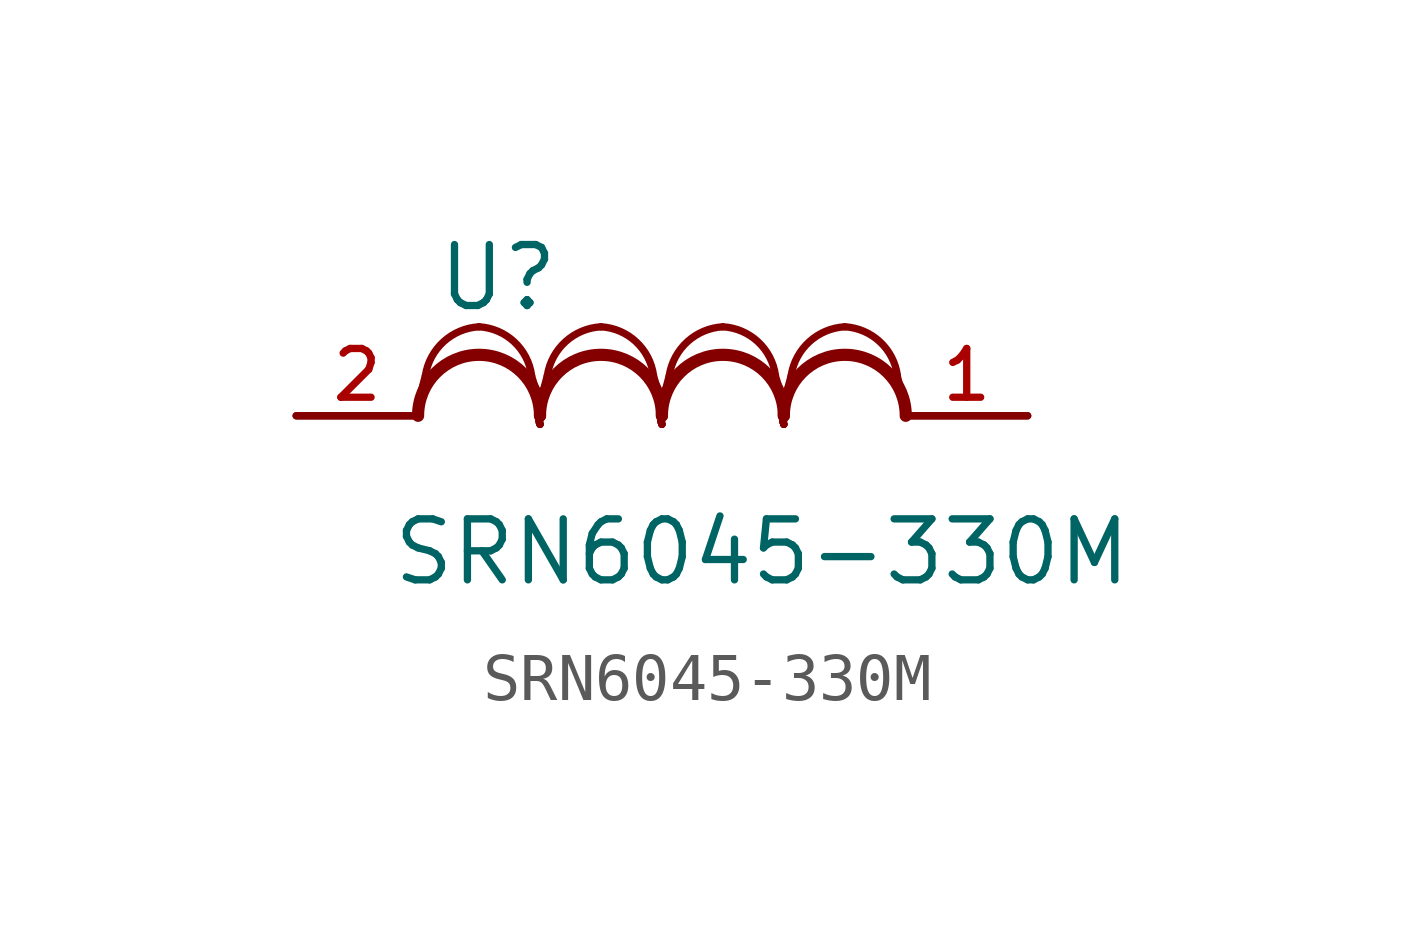
<source format=kicad_sym>
(kicad_symbol_lib
  (version 20211014)
  (generator kicad_symbol_editor)
  (symbol "SRN6045-330M"
    (pin_names
      (offset 1.016))
    (property "Reference" "U"
      (at -4.724 2.134 0.0)
      (effects (font (size 1.27 1.27)) (justify bottom left)))
    (property "Value" "SRN6045-330M"
      (at -5.664 -3.581 0.0)
      (effects (font (size 1.27 1.27)) (justify bottom left)))
    (symbol "SRN6045-330M_0_0"
      (arc (start -2.54 0.0) (mid -2.5609 -0.0906) (end -2.54 -0.1778) (stroke (width 0.0) (type default) (color 0 0 0 0)) (fill (type none)))
      (arc (start 0.0 0.0) (mid -0.0209 -0.0906) (end 0.0 -0.1778) (stroke (width 0.0) (type default) (color 0 0 0 0)) (fill (type none)))
      (arc (start 2.54 0.0) (mid 2.5191 -0.0906) (end 2.54 -0.1778) (stroke (width 0.0) (type default) (color 0 0 0 0)) (fill (type none)))
      (arc (start -2.54 0.0) (mid -2.5609 -0.0906) (end -2.54 -0.1778) (stroke (width 0.0) (type default) (color 0 0 0 0)) (fill (type none)))
      (arc (start 0.0 0.0) (mid -0.0209 -0.0906) (end 0.0 -0.1778) (stroke (width 0.0) (type default) (color 0 0 0 0)) (fill (type none)))
      (arc (start 2.54 0.0) (mid 2.5191 -0.0906) (end 2.54 -0.1778) (stroke (width 0.0) (type default) (color 0 0 0 0)) (fill (type none)))
      (arc (start -2.54 0.0) (mid -3.81 1.27) (end -5.08 0.0) (stroke (width 0.254) (type default) (color 0 0 0 0)) (fill (type none)))
      (arc (start 0.0 0.0) (mid -1.27 1.27) (end -2.54 0.0) (stroke (width 0.254) (type default) (color 0 0 0 0)) (fill (type none)))
      (arc (start 2.54 0.0) (mid 1.27 1.27) (end 0.0 0.0) (stroke (width 0.254) (type default) (color 0 0 0 0)) (fill (type none)))
      (arc (start 5.08 0.0) (mid 3.81 1.27) (end 2.54 0.0) (stroke (width 0.254) (type default) (color 0 0 0 0)) (fill (type none)))
      (arc (start -2.54 0.0) (mid -2.5609 -0.0906) (end -2.54 -0.1778) (stroke (width 0.0) (type default) (color 0 0 0 0)) (fill (type none)))
      (arc (start 0.0 0.0) (mid -0.0209 -0.0906) (end 0.0 -0.1778) (stroke (width 0.0) (type default) (color 0 0 0 0)) (fill (type none)))
      (arc (start 2.54 0.0) (mid 2.5191 -0.0906) (end 2.54 -0.1778) (stroke (width 0.0) (type default) (color 0 0 0 0)) (fill (type none)))
      (polyline (pts (xy 5.08 0.0) (xy 7.62 0.0)) (stroke (width 0.152)))
      (polyline (pts (xy -7.62 0.0) (xy -5.08 0.0)) (stroke (width 0.152)))
      (arc (start 2.6924 0.8382) (mid 2.5942 0.4231) (end 2.54 0.0) (stroke (width 0.1524) (type default) (color 0 0 0 0)) (fill (type none)))
      (arc (start 3.81 1.8542) (mid 3.0713 1.5441) (end 2.6924 0.8382) (stroke (width 0.1524) (type default) (color 0 0 0 0)) (fill (type none)))
      (arc (start 4.9022 0.8382) (mid 4.5385 1.5423) (end 3.81 1.8542) (stroke (width 0.1524) (type default) (color 0 0 0 0)) (fill (type none)))
      (arc (start 5.08 0.0762) (mid 4.9944 0.458) (end 4.9022 0.8382) (stroke (width 0.1524) (type default) (color 0 0 0 0)) (fill (type none)))
      (arc (start 0.1524 0.8382) (mid 0.0542 0.4231) (end 0.0 0.0) (stroke (width 0.1524) (type default) (color 0 0 0 0)) (fill (type none)))
      (arc (start 1.27 1.8542) (mid 0.5313 1.5441) (end 0.1524 0.8382) (stroke (width 0.1524) (type default) (color 0 0 0 0)) (fill (type none)))
      (arc (start 2.3622 0.8382) (mid 1.9985 1.5423) (end 1.27 1.8542) (stroke (width 0.1524) (type default) (color 0 0 0 0)) (fill (type none)))
      (arc (start 2.54 -0.1778) (mid 2.4889 0.3368) (end 2.3622 0.8382) (stroke (width 0.1524) (type default) (color 0 0 0 0)) (fill (type none)))
      (arc (start -2.3876 0.8382) (mid -2.4858 0.4231) (end -2.54 0.0) (stroke (width 0.1524) (type default) (color 0 0 0 0)) (fill (type none)))
      (arc (start -1.27 1.8542) (mid -2.0087 1.5441) (end -2.3876 0.8382) (stroke (width 0.1524) (type default) (color 0 0 0 0)) (fill (type none)))
      (arc (start -0.1778 0.8382) (mid -0.5415 1.5423) (end -1.27 1.8542) (stroke (width 0.1524) (type default) (color 0 0 0 0)) (fill (type none)))
      (arc (start 0.0 -0.1778) (mid -0.0511 0.3368) (end -0.1778 0.8382) (stroke (width 0.1524) (type default) (color 0 0 0 0)) (fill (type none)))
      (arc (start -4.9276 0.8382) (mid -5.0258 0.4231) (end -5.08 0.0) (stroke (width 0.1524) (type default) (color 0 0 0 0)) (fill (type none)))
      (arc (start -3.81 1.8542) (mid -4.5487 1.5441) (end -4.9276 0.8382) (stroke (width 0.1524) (type default) (color 0 0 0 0)) (fill (type none)))
      (arc (start -2.7178 0.8382) (mid -3.0815 1.5423) (end -3.81 1.8542) (stroke (width 0.1524) (type default) (color 0 0 0 0)) (fill (type none)))
      (arc (start -2.54 -0.1778) (mid -2.5911 0.3368) (end -2.7178 0.8382) (stroke (width 0.1524) (type default) (color 0 0 0 0)) (fill (type none)))
      (arc (start -2.54 0.0) (mid -2.5609 -0.0906) (end -2.54 -0.1778) (stroke (width 0.1524) (type default) (color 0 0 0 0)) (fill (type none)))
      (arc (start 0.0 0.0) (mid -0.0209 -0.0906) (end 0.0 -0.1778) (stroke (width 0.1524) (type default) (color 0 0 0 0)) (fill (type none)))
      (arc (start 2.54 0.0) (mid 2.5191 -0.0906) (end 2.54 -0.1778) (stroke (width 0.1524) (type default) (color 0 0 0 0)) (fill (type none)))
      (pin passive line (at 7.62 0.0 180.0) (length 2.54) (name "~" (effects (font (size 1.016 1.016)))) (number "1" (effects (font (size 1.016 1.016)))))
      (pin passive line (at -7.62 0.0 0) (length 2.54) (name "~" (effects (font (size 1.016 1.016)))) (number "2" (effects (font (size 1.016 1.016))))))))
</source>
